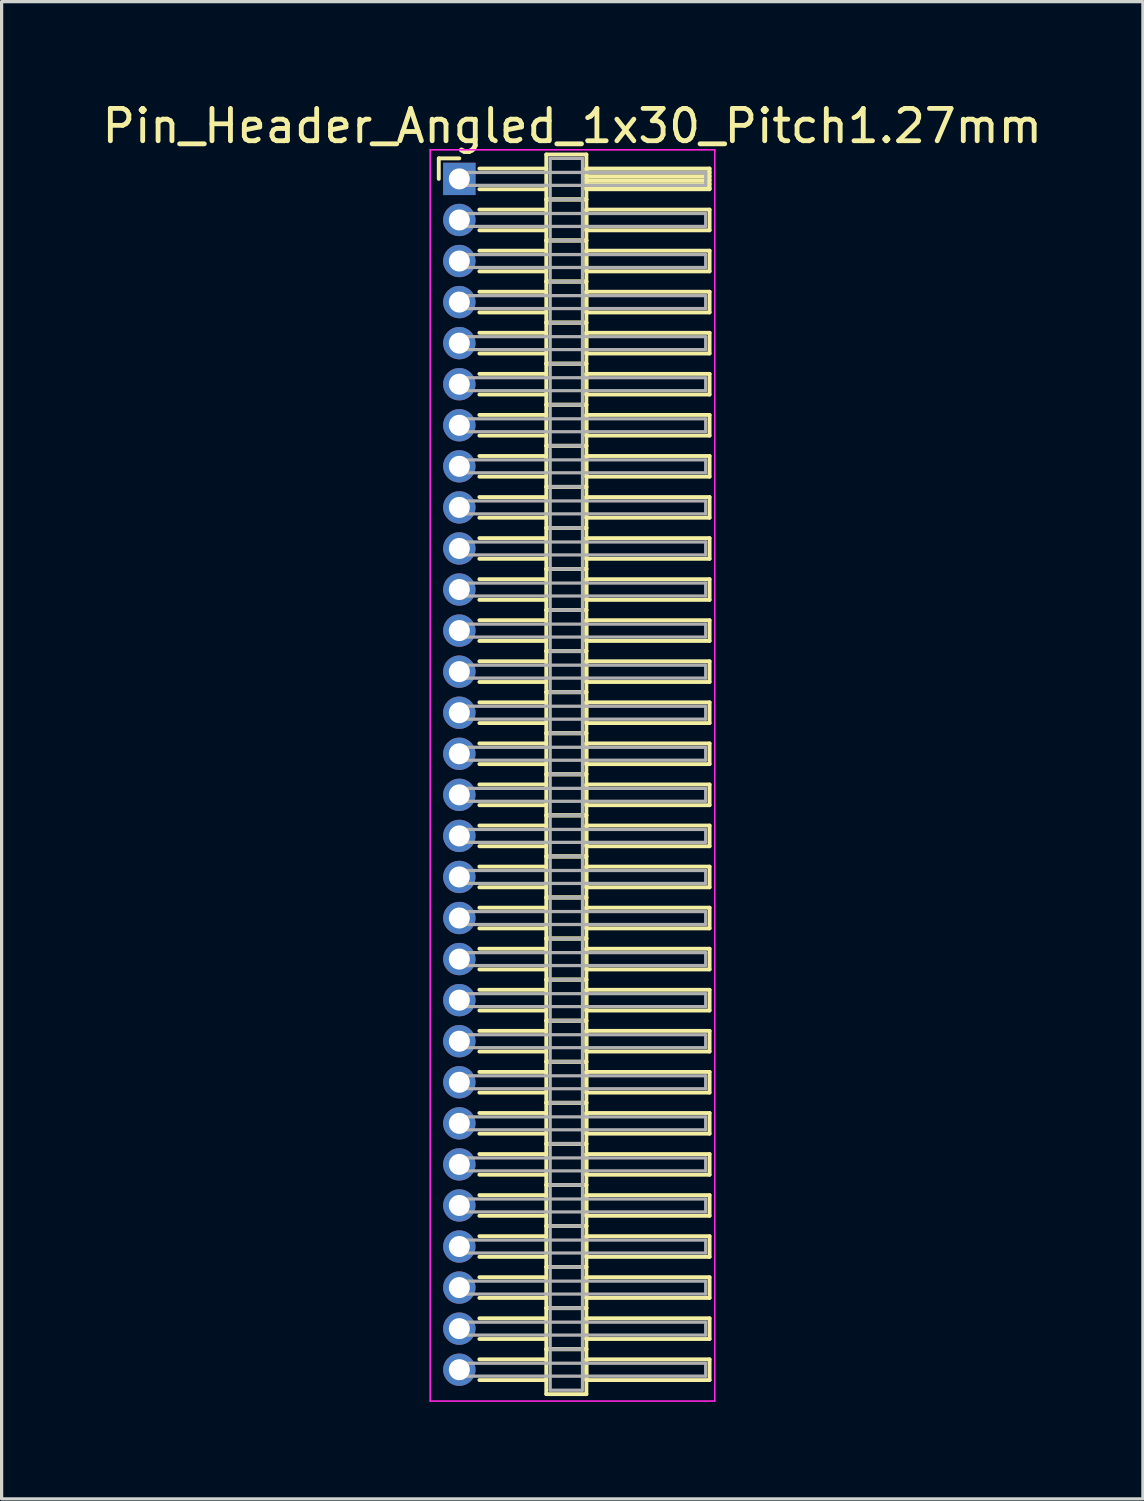
<source format=kicad_pcb>
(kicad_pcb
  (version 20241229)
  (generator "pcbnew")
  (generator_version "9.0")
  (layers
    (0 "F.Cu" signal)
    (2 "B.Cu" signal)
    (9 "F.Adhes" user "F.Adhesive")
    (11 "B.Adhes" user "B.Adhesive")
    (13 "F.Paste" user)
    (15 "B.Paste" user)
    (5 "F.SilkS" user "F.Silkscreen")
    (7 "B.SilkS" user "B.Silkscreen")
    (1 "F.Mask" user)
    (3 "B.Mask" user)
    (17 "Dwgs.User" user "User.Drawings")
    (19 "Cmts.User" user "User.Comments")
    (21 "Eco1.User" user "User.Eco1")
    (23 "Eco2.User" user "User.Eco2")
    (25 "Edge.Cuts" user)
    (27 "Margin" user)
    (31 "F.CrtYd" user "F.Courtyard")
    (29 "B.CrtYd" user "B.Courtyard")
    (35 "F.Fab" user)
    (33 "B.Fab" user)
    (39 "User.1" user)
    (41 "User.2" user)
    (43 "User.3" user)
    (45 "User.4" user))
  (footprint "Pin_Header_Angled_1x30_Pitch1.27mm"
    (layer "F.Cu")
    (at 11.156 2.483)
    (property "Reference" "Pin_Header_Angled_1x30_Pitch1.27mm" (at 3.493 -1.635 0) (layer "F.SilkS") (effects (font (size 1 1) (thickness 0.15))))
    (attr through_hole)
    (fp_line (start -0.635 -0.635) (end 0 -0.635) (stroke (width 0.12) (type solid)) (layer "F.SilkS"))
    (fp_line (start -0.635 0) (end -0.635 -0.635) (stroke (width 0.12) (type solid)) (layer "F.SilkS"))
    (fp_line (start 0.62 -0.32) (end 2.69 -0.32) (stroke (width 0.12) (type solid)) (layer "F.SilkS"))
    (fp_line (start 0.62 0.32) (end 2.69 0.32) (stroke (width 0.12) (type solid)) (layer "F.SilkS"))
    (fp_line (start 0.62 0.95) (end 2.69 0.95) (stroke (width 0.12) (type solid)) (layer "F.SilkS"))
    (fp_line (start 0.62 1.59) (end 2.69 1.59) (stroke (width 0.12) (type solid)) (layer "F.SilkS"))
    (fp_line (start 0.62 2.22) (end 2.69 2.22) (stroke (width 0.12) (type solid)) (layer "F.SilkS"))
    (fp_line (start 0.62 2.86) (end 2.69 2.86) (stroke (width 0.12) (type solid)) (layer "F.SilkS"))
    (fp_line (start 0.62 3.49) (end 2.69 3.49) (stroke (width 0.12) (type solid)) (layer "F.SilkS"))
    (fp_line (start 0.62 4.13) (end 2.69 4.13) (stroke (width 0.12) (type solid)) (layer "F.SilkS"))
    (fp_line (start 0.62 4.76) (end 2.69 4.76) (stroke (width 0.12) (type solid)) (layer "F.SilkS"))
    (fp_line (start 0.62 5.4) (end 2.69 5.4) (stroke (width 0.12) (type solid)) (layer "F.SilkS"))
    (fp_line (start 0.62 6.03) (end 2.69 6.03) (stroke (width 0.12) (type solid)) (layer "F.SilkS"))
    (fp_line (start 0.62 6.67) (end 2.69 6.67) (stroke (width 0.12) (type solid)) (layer "F.SilkS"))
    (fp_line (start 0.62 7.3) (end 2.69 7.3) (stroke (width 0.12) (type solid)) (layer "F.SilkS"))
    (fp_line (start 0.62 7.94) (end 2.69 7.94) (stroke (width 0.12) (type solid)) (layer "F.SilkS"))
    (fp_line (start 0.62 8.57) (end 2.69 8.57) (stroke (width 0.12) (type solid)) (layer "F.SilkS"))
    (fp_line (start 0.62 9.21) (end 2.69 9.21) (stroke (width 0.12) (type solid)) (layer "F.SilkS"))
    (fp_line (start 0.62 9.84) (end 2.69 9.84) (stroke (width 0.12) (type solid)) (layer "F.SilkS"))
    (fp_line (start 0.62 10.48) (end 2.69 10.48) (stroke (width 0.12) (type solid)) (layer "F.SilkS"))
    (fp_line (start 0.62 11.11) (end 2.69 11.11) (stroke (width 0.12) (type solid)) (layer "F.SilkS"))
    (fp_line (start 0.62 11.75) (end 2.69 11.75) (stroke (width 0.12) (type solid)) (layer "F.SilkS"))
    (fp_line (start 0.62 12.38) (end 2.69 12.38) (stroke (width 0.12) (type solid)) (layer "F.SilkS"))
    (fp_line (start 0.62 13.02) (end 2.69 13.02) (stroke (width 0.12) (type solid)) (layer "F.SilkS"))
    (fp_line (start 0.62 13.65) (end 2.69 13.65) (stroke (width 0.12) (type solid)) (layer "F.SilkS"))
    (fp_line (start 0.62 14.29) (end 2.69 14.29) (stroke (width 0.12) (type solid)) (layer "F.SilkS"))
    (fp_line (start 0.62 14.92) (end 2.69 14.92) (stroke (width 0.12) (type solid)) (layer "F.SilkS"))
    (fp_line (start 0.62 15.56) (end 2.69 15.56) (stroke (width 0.12) (type solid)) (layer "F.SilkS"))
    (fp_line (start 0.62 16.19) (end 2.69 16.19) (stroke (width 0.12) (type solid)) (layer "F.SilkS"))
    (fp_line (start 0.62 16.83) (end 2.69 16.83) (stroke (width 0.12) (type solid)) (layer "F.SilkS"))
    (fp_line (start 0.62 17.46) (end 2.69 17.46) (stroke (width 0.12) (type solid)) (layer "F.SilkS"))
    (fp_line (start 0.62 18.1) (end 2.69 18.1) (stroke (width 0.12) (type solid)) (layer "F.SilkS"))
    (fp_line (start 0.62 18.73) (end 2.69 18.73) (stroke (width 0.12) (type solid)) (layer "F.SilkS"))
    (fp_line (start 0.62 19.37) (end 2.69 19.37) (stroke (width 0.12) (type solid)) (layer "F.SilkS"))
    (fp_line (start 0.62 20) (end 2.69 20) (stroke (width 0.12) (type solid)) (layer "F.SilkS"))
    (fp_line (start 0.62 20.64) (end 2.69 20.64) (stroke (width 0.12) (type solid)) (layer "F.SilkS"))
    (fp_line (start 0.62 21.27) (end 2.69 21.27) (stroke (width 0.12) (type solid)) (layer "F.SilkS"))
    (fp_line (start 0.62 21.91) (end 2.69 21.91) (stroke (width 0.12) (type solid)) (layer "F.SilkS"))
    (fp_line (start 0.62 22.54) (end 2.69 22.54) (stroke (width 0.12) (type solid)) (layer "F.SilkS"))
    (fp_line (start 0.62 23.18) (end 2.69 23.18) (stroke (width 0.12) (type solid)) (layer "F.SilkS"))
    (fp_line (start 0.62 23.81) (end 2.69 23.81) (stroke (width 0.12) (type solid)) (layer "F.SilkS"))
    (fp_line (start 0.62 24.45) (end 2.69 24.45) (stroke (width 0.12) (type solid)) (layer "F.SilkS"))
    (fp_line (start 0.62 25.08) (end 2.69 25.08) (stroke (width 0.12) (type solid)) (layer "F.SilkS"))
    (fp_line (start 0.62 25.72) (end 2.69 25.72) (stroke (width 0.12) (type solid)) (layer "F.SilkS"))
    (fp_line (start 0.62 26.35) (end 2.69 26.35) (stroke (width 0.12) (type solid)) (layer "F.SilkS"))
    (fp_line (start 0.62 26.99) (end 2.69 26.99) (stroke (width 0.12) (type solid)) (layer "F.SilkS"))
    (fp_line (start 0.62 27.62) (end 2.69 27.62) (stroke (width 0.12) (type solid)) (layer "F.SilkS"))
    (fp_line (start 0.62 28.26) (end 2.69 28.26) (stroke (width 0.12) (type solid)) (layer "F.SilkS"))
    (fp_line (start 0.62 28.89) (end 2.69 28.89) (stroke (width 0.12) (type solid)) (layer "F.SilkS"))
    (fp_line (start 0.62 29.53) (end 2.69 29.53) (stroke (width 0.12) (type solid)) (layer "F.SilkS"))
    (fp_line (start 0.62 30.16) (end 2.69 30.16) (stroke (width 0.12) (type solid)) (layer "F.SilkS"))
    (fp_line (start 0.62 30.8) (end 2.69 30.8) (stroke (width 0.12) (type solid)) (layer "F.SilkS"))
    (fp_line (start 0.62 31.43) (end 2.69 31.43) (stroke (width 0.12) (type solid)) (layer "F.SilkS"))
    (fp_line (start 0.62 32.07) (end 2.69 32.07) (stroke (width 0.12) (type solid)) (layer "F.SilkS"))
    (fp_line (start 0.62 32.7) (end 2.69 32.7) (stroke (width 0.12) (type solid)) (layer "F.SilkS"))
    (fp_line (start 0.62 33.34) (end 2.69 33.34) (stroke (width 0.12) (type solid)) (layer "F.SilkS"))
    (fp_line (start 0.62 33.97) (end 2.69 33.97) (stroke (width 0.12) (type solid)) (layer "F.SilkS"))
    (fp_line (start 0.62 34.61) (end 2.69 34.61) (stroke (width 0.12) (type solid)) (layer "F.SilkS"))
    (fp_line (start 0.62 35.24) (end 2.69 35.24) (stroke (width 0.12) (type solid)) (layer "F.SilkS"))
    (fp_line (start 0.62 35.88) (end 2.69 35.88) (stroke (width 0.12) (type solid)) (layer "F.SilkS"))
    (fp_line (start 0.62 36.51) (end 2.69 36.51) (stroke (width 0.12) (type solid)) (layer "F.SilkS"))
    (fp_line (start 0.62 37.15) (end 2.69 37.15) (stroke (width 0.12) (type solid)) (layer "F.SilkS"))
    (fp_line (start 2.69 -0.755) (end 2.69 0.635) (stroke (width 0.12) (type solid)) (layer "F.SilkS"))
    (fp_line (start 2.69 0.635) (end 2.69 1.905) (stroke (width 0.12) (type solid)) (layer "F.SilkS"))
    (fp_line (start 2.69 0.635) (end 3.93 0.635) (stroke (width 0.12) (type solid)) (layer "F.SilkS"))
    (fp_line (start 2.69 1.905) (end 2.69 3.175) (stroke (width 0.12) (type solid)) (layer "F.SilkS"))
    (fp_line (start 2.69 1.905) (end 3.93 1.905) (stroke (width 0.12) (type solid)) (layer "F.SilkS"))
    (fp_line (start 2.69 3.175) (end 2.69 4.445) (stroke (width 0.12) (type solid)) (layer "F.SilkS"))
    (fp_line (start 2.69 3.175) (end 3.93 3.175) (stroke (width 0.12) (type solid)) (layer "F.SilkS"))
    (fp_line (start 2.69 4.445) (end 2.69 5.715) (stroke (width 0.12) (type solid)) (layer "F.SilkS"))
    (fp_line (start 2.69 4.445) (end 3.93 4.445) (stroke (width 0.12) (type solid)) (layer "F.SilkS"))
    (fp_line (start 2.69 5.715) (end 2.69 6.985) (stroke (width 0.12) (type solid)) (layer "F.SilkS"))
    (fp_line (start 2.69 5.715) (end 3.93 5.715) (stroke (width 0.12) (type solid)) (layer "F.SilkS"))
    (fp_line (start 2.69 6.985) (end 2.69 8.255) (stroke (width 0.12) (type solid)) (layer "F.SilkS"))
    (fp_line (start 2.69 6.985) (end 3.93 6.985) (stroke (width 0.12) (type solid)) (layer "F.SilkS"))
    (fp_line (start 2.69 8.255) (end 2.69 9.525) (stroke (width 0.12) (type solid)) (layer "F.SilkS"))
    (fp_line (start 2.69 8.255) (end 3.93 8.255) (stroke (width 0.12) (type solid)) (layer "F.SilkS"))
    (fp_line (start 2.69 9.525) (end 2.69 10.795) (stroke (width 0.12) (type solid)) (layer "F.SilkS"))
    (fp_line (start 2.69 9.525) (end 3.93 9.525) (stroke (width 0.12) (type solid)) (layer "F.SilkS"))
    (fp_line (start 2.69 10.795) (end 2.69 12.065) (stroke (width 0.12) (type solid)) (layer "F.SilkS"))
    (fp_line (start 2.69 10.795) (end 3.93 10.795) (stroke (width 0.12) (type solid)) (layer "F.SilkS"))
    (fp_line (start 2.69 12.065) (end 2.69 13.335) (stroke (width 0.12) (type solid)) (layer "F.SilkS"))
    (fp_line (start 2.69 12.065) (end 3.93 12.065) (stroke (width 0.12) (type solid)) (layer "F.SilkS"))
    (fp_line (start 2.69 13.335) (end 2.69 14.605) (stroke (width 0.12) (type solid)) (layer "F.SilkS"))
    (fp_line (start 2.69 13.335) (end 3.93 13.335) (stroke (width 0.12) (type solid)) (layer "F.SilkS"))
    (fp_line (start 2.69 14.605) (end 2.69 15.875) (stroke (width 0.12) (type solid)) (layer "F.SilkS"))
    (fp_line (start 2.69 14.605) (end 3.93 14.605) (stroke (width 0.12) (type solid)) (layer "F.SilkS"))
    (fp_line (start 2.69 15.875) (end 2.69 17.145) (stroke (width 0.12) (type solid)) (layer "F.SilkS"))
    (fp_line (start 2.69 15.875) (end 3.93 15.875) (stroke (width 0.12) (type solid)) (layer "F.SilkS"))
    (fp_line (start 2.69 17.145) (end 2.69 18.415) (stroke (width 0.12) (type solid)) (layer "F.SilkS"))
    (fp_line (start 2.69 17.145) (end 3.93 17.145) (stroke (width 0.12) (type solid)) (layer "F.SilkS"))
    (fp_line (start 2.69 18.415) (end 2.69 19.685) (stroke (width 0.12) (type solid)) (layer "F.SilkS"))
    (fp_line (start 2.69 18.415) (end 3.93 18.415) (stroke (width 0.12) (type solid)) (layer "F.SilkS"))
    (fp_line (start 2.69 19.685) (end 2.69 20.955) (stroke (width 0.12) (type solid)) (layer "F.SilkS"))
    (fp_line (start 2.69 19.685) (end 3.93 19.685) (stroke (width 0.12) (type solid)) (layer "F.SilkS"))
    (fp_line (start 2.69 20.955) (end 2.69 22.225) (stroke (width 0.12) (type solid)) (layer "F.SilkS"))
    (fp_line (start 2.69 20.955) (end 3.93 20.955) (stroke (width 0.12) (type solid)) (layer "F.SilkS"))
    (fp_line (start 2.69 22.225) (end 2.69 23.495) (stroke (width 0.12) (type solid)) (layer "F.SilkS"))
    (fp_line (start 2.69 22.225) (end 3.93 22.225) (stroke (width 0.12) (type solid)) (layer "F.SilkS"))
    (fp_line (start 2.69 23.495) (end 2.69 24.765) (stroke (width 0.12) (type solid)) (layer "F.SilkS"))
    (fp_line (start 2.69 23.495) (end 3.93 23.495) (stroke (width 0.12) (type solid)) (layer "F.SilkS"))
    (fp_line (start 2.69 24.765) (end 2.69 26.035) (stroke (width 0.12) (type solid)) (layer "F.SilkS"))
    (fp_line (start 2.69 24.765) (end 3.93 24.765) (stroke (width 0.12) (type solid)) (layer "F.SilkS"))
    (fp_line (start 2.69 26.035) (end 2.69 27.305) (stroke (width 0.12) (type solid)) (layer "F.SilkS"))
    (fp_line (start 2.69 26.035) (end 3.93 26.035) (stroke (width 0.12) (type solid)) (layer "F.SilkS"))
    (fp_line (start 2.69 27.305) (end 2.69 28.575) (stroke (width 0.12) (type solid)) (layer "F.SilkS"))
    (fp_line (start 2.69 27.305) (end 3.93 27.305) (stroke (width 0.12) (type solid)) (layer "F.SilkS"))
    (fp_line (start 2.69 28.575) (end 2.69 29.845) (stroke (width 0.12) (type solid)) (layer "F.SilkS"))
    (fp_line (start 2.69 28.575) (end 3.93 28.575) (stroke (width 0.12) (type solid)) (layer "F.SilkS"))
    (fp_line (start 2.69 29.845) (end 2.69 31.115) (stroke (width 0.12) (type solid)) (layer "F.SilkS"))
    (fp_line (start 2.69 29.845) (end 3.93 29.845) (stroke (width 0.12) (type solid)) (layer "F.SilkS"))
    (fp_line (start 2.69 31.115) (end 2.69 32.385) (stroke (width 0.12) (type solid)) (layer "F.SilkS"))
    (fp_line (start 2.69 31.115) (end 3.93 31.115) (stroke (width 0.12) (type solid)) (layer "F.SilkS"))
    (fp_line (start 2.69 32.385) (end 2.69 33.655) (stroke (width 0.12) (type solid)) (layer "F.SilkS"))
    (fp_line (start 2.69 32.385) (end 3.93 32.385) (stroke (width 0.12) (type solid)) (layer "F.SilkS"))
    (fp_line (start 2.69 33.655) (end 2.69 34.925) (stroke (width 0.12) (type solid)) (layer "F.SilkS"))
    (fp_line (start 2.69 33.655) (end 3.93 33.655) (stroke (width 0.12) (type solid)) (layer "F.SilkS"))
    (fp_line (start 2.69 34.925) (end 2.69 36.195) (stroke (width 0.12) (type solid)) (layer "F.SilkS"))
    (fp_line (start 2.69 34.925) (end 3.93 34.925) (stroke (width 0.12) (type solid)) (layer "F.SilkS"))
    (fp_line (start 2.69 36.195) (end 2.69 37.585) (stroke (width 0.12) (type solid)) (layer "F.SilkS"))
    (fp_line (start 2.69 36.195) (end 3.93 36.195) (stroke (width 0.12) (type solid)) (layer "F.SilkS"))
    (fp_line (start 2.69 37.585) (end 3.93 37.585) (stroke (width 0.12) (type solid)) (layer "F.SilkS"))
    (fp_line (start 3.93 -0.755) (end 2.69 -0.755) (stroke (width 0.12) (type solid)) (layer "F.SilkS"))
    (fp_line (start 3.93 -0.32) (end 3.93 0.32) (stroke (width 0.12) (type solid)) (layer "F.SilkS"))
    (fp_line (start 3.93 -0.2) (end 7.74 -0.2) (stroke (width 0.12) (type solid)) (layer "F.SilkS"))
    (fp_line (start 3.93 -0.08) (end 7.74 -0.08) (stroke (width 0.12) (type solid)) (layer "F.SilkS"))
    (fp_line (start 3.93 0.04) (end 7.74 0.04) (stroke (width 0.12) (type solid)) (layer "F.SilkS"))
    (fp_line (start 3.93 0.16) (end 7.74 0.16) (stroke (width 0.12) (type solid)) (layer "F.SilkS"))
    (fp_line (start 3.93 0.28) (end 7.74 0.28) (stroke (width 0.12) (type solid)) (layer "F.SilkS"))
    (fp_line (start 3.93 0.32) (end 7.74 0.32) (stroke (width 0.12) (type solid)) (layer "F.SilkS"))
    (fp_line (start 3.93 0.635) (end 2.69 0.635) (stroke (width 0.12) (type solid)) (layer "F.SilkS"))
    (fp_line (start 3.93 0.635) (end 3.93 -0.755) (stroke (width 0.12) (type solid)) (layer "F.SilkS"))
    (fp_line (start 3.93 0.95) (end 3.93 1.59) (stroke (width 0.12) (type solid)) (layer "F.SilkS"))
    (fp_line (start 3.93 1.59) (end 7.74 1.59) (stroke (width 0.12) (type solid)) (layer "F.SilkS"))
    (fp_line (start 3.93 1.905) (end 2.69 1.905) (stroke (width 0.12) (type solid)) (layer "F.SilkS"))
    (fp_line (start 3.93 1.905) (end 3.93 0.635) (stroke (width 0.12) (type solid)) (layer "F.SilkS"))
    (fp_line (start 3.93 2.22) (end 3.93 2.86) (stroke (width 0.12) (type solid)) (layer "F.SilkS"))
    (fp_line (start 3.93 2.86) (end 7.74 2.86) (stroke (width 0.12) (type solid)) (layer "F.SilkS"))
    (fp_line (start 3.93 3.175) (end 2.69 3.175) (stroke (width 0.12) (type solid)) (layer "F.SilkS"))
    (fp_line (start 3.93 3.175) (end 3.93 1.905) (stroke (width 0.12) (type solid)) (layer "F.SilkS"))
    (fp_line (start 3.93 3.49) (end 3.93 4.13) (stroke (width 0.12) (type solid)) (layer "F.SilkS"))
    (fp_line (start 3.93 4.13) (end 7.74 4.13) (stroke (width 0.12) (type solid)) (layer "F.SilkS"))
    (fp_line (start 3.93 4.445) (end 2.69 4.445) (stroke (width 0.12) (type solid)) (layer "F.SilkS"))
    (fp_line (start 3.93 4.445) (end 3.93 3.175) (stroke (width 0.12) (type solid)) (layer "F.SilkS"))
    (fp_line (start 3.93 4.76) (end 3.93 5.4) (stroke (width 0.12) (type solid)) (layer "F.SilkS"))
    (fp_line (start 3.93 5.4) (end 7.74 5.4) (stroke (width 0.12) (type solid)) (layer "F.SilkS"))
    (fp_line (start 3.93 5.715) (end 2.69 5.715) (stroke (width 0.12) (type solid)) (layer "F.SilkS"))
    (fp_line (start 3.93 5.715) (end 3.93 4.445) (stroke (width 0.12) (type solid)) (layer "F.SilkS"))
    (fp_line (start 3.93 6.03) (end 3.93 6.67) (stroke (width 0.12) (type solid)) (layer "F.SilkS"))
    (fp_line (start 3.93 6.67) (end 7.74 6.67) (stroke (width 0.12) (type solid)) (layer "F.SilkS"))
    (fp_line (start 3.93 6.985) (end 2.69 6.985) (stroke (width 0.12) (type solid)) (layer "F.SilkS"))
    (fp_line (start 3.93 6.985) (end 3.93 5.715) (stroke (width 0.12) (type solid)) (layer "F.SilkS"))
    (fp_line (start 3.93 7.3) (end 3.93 7.94) (stroke (width 0.12) (type solid)) (layer "F.SilkS"))
    (fp_line (start 3.93 7.94) (end 7.74 7.94) (stroke (width 0.12) (type solid)) (layer "F.SilkS"))
    (fp_line (start 3.93 8.255) (end 2.69 8.255) (stroke (width 0.12) (type solid)) (layer "F.SilkS"))
    (fp_line (start 3.93 8.255) (end 3.93 6.985) (stroke (width 0.12) (type solid)) (layer "F.SilkS"))
    (fp_line (start 3.93 8.57) (end 3.93 9.21) (stroke (width 0.12) (type solid)) (layer "F.SilkS"))
    (fp_line (start 3.93 9.21) (end 7.74 9.21) (stroke (width 0.12) (type solid)) (layer "F.SilkS"))
    (fp_line (start 3.93 9.525) (end 2.69 9.525) (stroke (width 0.12) (type solid)) (layer "F.SilkS"))
    (fp_line (start 3.93 9.525) (end 3.93 8.255) (stroke (width 0.12) (type solid)) (layer "F.SilkS"))
    (fp_line (start 3.93 9.84) (end 3.93 10.48) (stroke (width 0.12) (type solid)) (layer "F.SilkS"))
    (fp_line (start 3.93 10.48) (end 7.74 10.48) (stroke (width 0.12) (type solid)) (layer "F.SilkS"))
    (fp_line (start 3.93 10.795) (end 2.69 10.795) (stroke (width 0.12) (type solid)) (layer "F.SilkS"))
    (fp_line (start 3.93 10.795) (end 3.93 9.525) (stroke (width 0.12) (type solid)) (layer "F.SilkS"))
    (fp_line (start 3.93 11.11) (end 3.93 11.75) (stroke (width 0.12) (type solid)) (layer "F.SilkS"))
    (fp_line (start 3.93 11.75) (end 7.74 11.75) (stroke (width 0.12) (type solid)) (layer "F.SilkS"))
    (fp_line (start 3.93 12.065) (end 2.69 12.065) (stroke (width 0.12) (type solid)) (layer "F.SilkS"))
    (fp_line (start 3.93 12.065) (end 3.93 10.795) (stroke (width 0.12) (type solid)) (layer "F.SilkS"))
    (fp_line (start 3.93 12.38) (end 3.93 13.02) (stroke (width 0.12) (type solid)) (layer "F.SilkS"))
    (fp_line (start 3.93 13.02) (end 7.74 13.02) (stroke (width 0.12) (type solid)) (layer "F.SilkS"))
    (fp_line (start 3.93 13.335) (end 2.69 13.335) (stroke (width 0.12) (type solid)) (layer "F.SilkS"))
    (fp_line (start 3.93 13.335) (end 3.93 12.065) (stroke (width 0.12) (type solid)) (layer "F.SilkS"))
    (fp_line (start 3.93 13.65) (end 3.93 14.29) (stroke (width 0.12) (type solid)) (layer "F.SilkS"))
    (fp_line (start 3.93 14.29) (end 7.74 14.29) (stroke (width 0.12) (type solid)) (layer "F.SilkS"))
    (fp_line (start 3.93 14.605) (end 2.69 14.605) (stroke (width 0.12) (type solid)) (layer "F.SilkS"))
    (fp_line (start 3.93 14.605) (end 3.93 13.335) (stroke (width 0.12) (type solid)) (layer "F.SilkS"))
    (fp_line (start 3.93 14.92) (end 3.93 15.56) (stroke (width 0.12) (type solid)) (layer "F.SilkS"))
    (fp_line (start 3.93 15.56) (end 7.74 15.56) (stroke (width 0.12) (type solid)) (layer "F.SilkS"))
    (fp_line (start 3.93 15.875) (end 2.69 15.875) (stroke (width 0.12) (type solid)) (layer "F.SilkS"))
    (fp_line (start 3.93 15.875) (end 3.93 14.605) (stroke (width 0.12) (type solid)) (layer "F.SilkS"))
    (fp_line (start 3.93 16.19) (end 3.93 16.83) (stroke (width 0.12) (type solid)) (layer "F.SilkS"))
    (fp_line (start 3.93 16.83) (end 7.74 16.83) (stroke (width 0.12) (type solid)) (layer "F.SilkS"))
    (fp_line (start 3.93 17.145) (end 2.69 17.145) (stroke (width 0.12) (type solid)) (layer "F.SilkS"))
    (fp_line (start 3.93 17.145) (end 3.93 15.875) (stroke (width 0.12) (type solid)) (layer "F.SilkS"))
    (fp_line (start 3.93 17.46) (end 3.93 18.1) (stroke (width 0.12) (type solid)) (layer "F.SilkS"))
    (fp_line (start 3.93 18.1) (end 7.74 18.1) (stroke (width 0.12) (type solid)) (layer "F.SilkS"))
    (fp_line (start 3.93 18.415) (end 2.69 18.415) (stroke (width 0.12) (type solid)) (layer "F.SilkS"))
    (fp_line (start 3.93 18.415) (end 3.93 17.145) (stroke (width 0.12) (type solid)) (layer "F.SilkS"))
    (fp_line (start 3.93 18.73) (end 3.93 19.37) (stroke (width 0.12) (type solid)) (layer "F.SilkS"))
    (fp_line (start 3.93 19.37) (end 7.74 19.37) (stroke (width 0.12) (type solid)) (layer "F.SilkS"))
    (fp_line (start 3.93 19.685) (end 2.69 19.685) (stroke (width 0.12) (type solid)) (layer "F.SilkS"))
    (fp_line (start 3.93 19.685) (end 3.93 18.415) (stroke (width 0.12) (type solid)) (layer "F.SilkS"))
    (fp_line (start 3.93 20) (end 3.93 20.64) (stroke (width 0.12) (type solid)) (layer "F.SilkS"))
    (fp_line (start 3.93 20.64) (end 7.74 20.64) (stroke (width 0.12) (type solid)) (layer "F.SilkS"))
    (fp_line (start 3.93 20.955) (end 2.69 20.955) (stroke (width 0.12) (type solid)) (layer "F.SilkS"))
    (fp_line (start 3.93 20.955) (end 3.93 19.685) (stroke (width 0.12) (type solid)) (layer "F.SilkS"))
    (fp_line (start 3.93 21.27) (end 3.93 21.91) (stroke (width 0.12) (type solid)) (layer "F.SilkS"))
    (fp_line (start 3.93 21.91) (end 7.74 21.91) (stroke (width 0.12) (type solid)) (layer "F.SilkS"))
    (fp_line (start 3.93 22.225) (end 2.69 22.225) (stroke (width 0.12) (type solid)) (layer "F.SilkS"))
    (fp_line (start 3.93 22.225) (end 3.93 20.955) (stroke (width 0.12) (type solid)) (layer "F.SilkS"))
    (fp_line (start 3.93 22.54) (end 3.93 23.18) (stroke (width 0.12) (type solid)) (layer "F.SilkS"))
    (fp_line (start 3.93 23.18) (end 7.74 23.18) (stroke (width 0.12) (type solid)) (layer "F.SilkS"))
    (fp_line (start 3.93 23.495) (end 2.69 23.495) (stroke (width 0.12) (type solid)) (layer "F.SilkS"))
    (fp_line (start 3.93 23.495) (end 3.93 22.225) (stroke (width 0.12) (type solid)) (layer "F.SilkS"))
    (fp_line (start 3.93 23.81) (end 3.93 24.45) (stroke (width 0.12) (type solid)) (layer "F.SilkS"))
    (fp_line (start 3.93 24.45) (end 7.74 24.45) (stroke (width 0.12) (type solid)) (layer "F.SilkS"))
    (fp_line (start 3.93 24.765) (end 2.69 24.765) (stroke (width 0.12) (type solid)) (layer "F.SilkS"))
    (fp_line (start 3.93 24.765) (end 3.93 23.495) (stroke (width 0.12) (type solid)) (layer "F.SilkS"))
    (fp_line (start 3.93 25.08) (end 3.93 25.72) (stroke (width 0.12) (type solid)) (layer "F.SilkS"))
    (fp_line (start 3.93 25.72) (end 7.74 25.72) (stroke (width 0.12) (type solid)) (layer "F.SilkS"))
    (fp_line (start 3.93 26.035) (end 2.69 26.035) (stroke (width 0.12) (type solid)) (layer "F.SilkS"))
    (fp_line (start 3.93 26.035) (end 3.93 24.765) (stroke (width 0.12) (type solid)) (layer "F.SilkS"))
    (fp_line (start 3.93 26.35) (end 3.93 26.99) (stroke (width 0.12) (type solid)) (layer "F.SilkS"))
    (fp_line (start 3.93 26.99) (end 7.74 26.99) (stroke (width 0.12) (type solid)) (layer "F.SilkS"))
    (fp_line (start 3.93 27.305) (end 2.69 27.305) (stroke (width 0.12) (type solid)) (layer "F.SilkS"))
    (fp_line (start 3.93 27.305) (end 3.93 26.035) (stroke (width 0.12) (type solid)) (layer "F.SilkS"))
    (fp_line (start 3.93 27.62) (end 3.93 28.26) (stroke (width 0.12) (type solid)) (layer "F.SilkS"))
    (fp_line (start 3.93 28.26) (end 7.74 28.26) (stroke (width 0.12) (type solid)) (layer "F.SilkS"))
    (fp_line (start 3.93 28.575) (end 2.69 28.575) (stroke (width 0.12) (type solid)) (layer "F.SilkS"))
    (fp_line (start 3.93 28.575) (end 3.93 27.305) (stroke (width 0.12) (type solid)) (layer "F.SilkS"))
    (fp_line (start 3.93 28.89) (end 3.93 29.53) (stroke (width 0.12) (type solid)) (layer "F.SilkS"))
    (fp_line (start 3.93 29.53) (end 7.74 29.53) (stroke (width 0.12) (type solid)) (layer "F.SilkS"))
    (fp_line (start 3.93 29.845) (end 2.69 29.845) (stroke (width 0.12) (type solid)) (layer "F.SilkS"))
    (fp_line (start 3.93 29.845) (end 3.93 28.575) (stroke (width 0.12) (type solid)) (layer "F.SilkS"))
    (fp_line (start 3.93 30.16) (end 3.93 30.8) (stroke (width 0.12) (type solid)) (layer "F.SilkS"))
    (fp_line (start 3.93 30.8) (end 7.74 30.8) (stroke (width 0.12) (type solid)) (layer "F.SilkS"))
    (fp_line (start 3.93 31.115) (end 2.69 31.115) (stroke (width 0.12) (type solid)) (layer "F.SilkS"))
    (fp_line (start 3.93 31.115) (end 3.93 29.845) (stroke (width 0.12) (type solid)) (layer "F.SilkS"))
    (fp_line (start 3.93 31.43) (end 3.93 32.07) (stroke (width 0.12) (type solid)) (layer "F.SilkS"))
    (fp_line (start 3.93 32.07) (end 7.74 32.07) (stroke (width 0.12) (type solid)) (layer "F.SilkS"))
    (fp_line (start 3.93 32.385) (end 2.69 32.385) (stroke (width 0.12) (type solid)) (layer "F.SilkS"))
    (fp_line (start 3.93 32.385) (end 3.93 31.115) (stroke (width 0.12) (type solid)) (layer "F.SilkS"))
    (fp_line (start 3.93 32.7) (end 3.93 33.34) (stroke (width 0.12) (type solid)) (layer "F.SilkS"))
    (fp_line (start 3.93 33.34) (end 7.74 33.34) (stroke (width 0.12) (type solid)) (layer "F.SilkS"))
    (fp_line (start 3.93 33.655) (end 2.69 33.655) (stroke (width 0.12) (type solid)) (layer "F.SilkS"))
    (fp_line (start 3.93 33.655) (end 3.93 32.385) (stroke (width 0.12) (type solid)) (layer "F.SilkS"))
    (fp_line (start 3.93 33.97) (end 3.93 34.61) (stroke (width 0.12) (type solid)) (layer "F.SilkS"))
    (fp_line (start 3.93 34.61) (end 7.74 34.61) (stroke (width 0.12) (type solid)) (layer "F.SilkS"))
    (fp_line (start 3.93 34.925) (end 2.69 34.925) (stroke (width 0.12) (type solid)) (layer "F.SilkS"))
    (fp_line (start 3.93 34.925) (end 3.93 33.655) (stroke (width 0.12) (type solid)) (layer "F.SilkS"))
    (fp_line (start 3.93 35.24) (end 3.93 35.88) (stroke (width 0.12) (type solid)) (layer "F.SilkS"))
    (fp_line (start 3.93 35.88) (end 7.74 35.88) (stroke (width 0.12) (type solid)) (layer "F.SilkS"))
    (fp_line (start 3.93 36.195) (end 2.69 36.195) (stroke (width 0.12) (type solid)) (layer "F.SilkS"))
    (fp_line (start 3.93 36.195) (end 3.93 34.925) (stroke (width 0.12) (type solid)) (layer "F.SilkS"))
    (fp_line (start 3.93 36.51) (end 3.93 37.15) (stroke (width 0.12) (type solid)) (layer "F.SilkS"))
    (fp_line (start 3.93 37.15) (end 7.74 37.15) (stroke (width 0.12) (type solid)) (layer "F.SilkS"))
    (fp_line (start 3.93 37.585) (end 3.93 36.195) (stroke (width 0.12) (type solid)) (layer "F.SilkS"))
    (fp_line (start 7.74 -0.32) (end 3.93 -0.32) (stroke (width 0.12) (type solid)) (layer "F.SilkS"))
    (fp_line (start 7.74 0.32) (end 7.74 -0.32) (stroke (width 0.12) (type solid)) (layer "F.SilkS"))
    (fp_line (start 7.74 0.95) (end 3.93 0.95) (stroke (width 0.12) (type solid)) (layer "F.SilkS"))
    (fp_line (start 7.74 1.59) (end 7.74 0.95) (stroke (width 0.12) (type solid)) (layer "F.SilkS"))
    (fp_line (start 7.74 2.22) (end 3.93 2.22) (stroke (width 0.12) (type solid)) (layer "F.SilkS"))
    (fp_line (start 7.74 2.86) (end 7.74 2.22) (stroke (width 0.12) (type solid)) (layer "F.SilkS"))
    (fp_line (start 7.74 3.49) (end 3.93 3.49) (stroke (width 0.12) (type solid)) (layer "F.SilkS"))
    (fp_line (start 7.74 4.13) (end 7.74 3.49) (stroke (width 0.12) (type solid)) (layer "F.SilkS"))
    (fp_line (start 7.74 4.76) (end 3.93 4.76) (stroke (width 0.12) (type solid)) (layer "F.SilkS"))
    (fp_line (start 7.74 5.4) (end 7.74 4.76) (stroke (width 0.12) (type solid)) (layer "F.SilkS"))
    (fp_line (start 7.74 6.03) (end 3.93 6.03) (stroke (width 0.12) (type solid)) (layer "F.SilkS"))
    (fp_line (start 7.74 6.67) (end 7.74 6.03) (stroke (width 0.12) (type solid)) (layer "F.SilkS"))
    (fp_line (start 7.74 7.3) (end 3.93 7.3) (stroke (width 0.12) (type solid)) (layer "F.SilkS"))
    (fp_line (start 7.74 7.94) (end 7.74 7.3) (stroke (width 0.12) (type solid)) (layer "F.SilkS"))
    (fp_line (start 7.74 8.57) (end 3.93 8.57) (stroke (width 0.12) (type solid)) (layer "F.SilkS"))
    (fp_line (start 7.74 9.21) (end 7.74 8.57) (stroke (width 0.12) (type solid)) (layer "F.SilkS"))
    (fp_line (start 7.74 9.84) (end 3.93 9.84) (stroke (width 0.12) (type solid)) (layer "F.SilkS"))
    (fp_line (start 7.74 10.48) (end 7.74 9.84) (stroke (width 0.12) (type solid)) (layer "F.SilkS"))
    (fp_line (start 7.74 11.11) (end 3.93 11.11) (stroke (width 0.12) (type solid)) (layer "F.SilkS"))
    (fp_line (start 7.74 11.75) (end 7.74 11.11) (stroke (width 0.12) (type solid)) (layer "F.SilkS"))
    (fp_line (start 7.74 12.38) (end 3.93 12.38) (stroke (width 0.12) (type solid)) (layer "F.SilkS"))
    (fp_line (start 7.74 13.02) (end 7.74 12.38) (stroke (width 0.12) (type solid)) (layer "F.SilkS"))
    (fp_line (start 7.74 13.65) (end 3.93 13.65) (stroke (width 0.12) (type solid)) (layer "F.SilkS"))
    (fp_line (start 7.74 14.29) (end 7.74 13.65) (stroke (width 0.12) (type solid)) (layer "F.SilkS"))
    (fp_line (start 7.74 14.92) (end 3.93 14.92) (stroke (width 0.12) (type solid)) (layer "F.SilkS"))
    (fp_line (start 7.74 15.56) (end 7.74 14.92) (stroke (width 0.12) (type solid)) (layer "F.SilkS"))
    (fp_line (start 7.74 16.19) (end 3.93 16.19) (stroke (width 0.12) (type solid)) (layer "F.SilkS"))
    (fp_line (start 7.74 16.83) (end 7.74 16.19) (stroke (width 0.12) (type solid)) (layer "F.SilkS"))
    (fp_line (start 7.74 17.46) (end 3.93 17.46) (stroke (width 0.12) (type solid)) (layer "F.SilkS"))
    (fp_line (start 7.74 18.1) (end 7.74 17.46) (stroke (width 0.12) (type solid)) (layer "F.SilkS"))
    (fp_line (start 7.74 18.73) (end 3.93 18.73) (stroke (width 0.12) (type solid)) (layer "F.SilkS"))
    (fp_line (start 7.74 19.37) (end 7.74 18.73) (stroke (width 0.12) (type solid)) (layer "F.SilkS"))
    (fp_line (start 7.74 20) (end 3.93 20) (stroke (width 0.12) (type solid)) (layer "F.SilkS"))
    (fp_line (start 7.74 20.64) (end 7.74 20) (stroke (width 0.12) (type solid)) (layer "F.SilkS"))
    (fp_line (start 7.74 21.27) (end 3.93 21.27) (stroke (width 0.12) (type solid)) (layer "F.SilkS"))
    (fp_line (start 7.74 21.91) (end 7.74 21.27) (stroke (width 0.12) (type solid)) (layer "F.SilkS"))
    (fp_line (start 7.74 22.54) (end 3.93 22.54) (stroke (width 0.12) (type solid)) (layer "F.SilkS"))
    (fp_line (start 7.74 23.18) (end 7.74 22.54) (stroke (width 0.12) (type solid)) (layer "F.SilkS"))
    (fp_line (start 7.74 23.81) (end 3.93 23.81) (stroke (width 0.12) (type solid)) (layer "F.SilkS"))
    (fp_line (start 7.74 24.45) (end 7.74 23.81) (stroke (width 0.12) (type solid)) (layer "F.SilkS"))
    (fp_line (start 7.74 25.08) (end 3.93 25.08) (stroke (width 0.12) (type solid)) (layer "F.SilkS"))
    (fp_line (start 7.74 25.72) (end 7.74 25.08) (stroke (width 0.12) (type solid)) (layer "F.SilkS"))
    (fp_line (start 7.74 26.35) (end 3.93 26.35) (stroke (width 0.12) (type solid)) (layer "F.SilkS"))
    (fp_line (start 7.74 26.99) (end 7.74 26.35) (stroke (width 0.12) (type solid)) (layer "F.SilkS"))
    (fp_line (start 7.74 27.62) (end 3.93 27.62) (stroke (width 0.12) (type solid)) (layer "F.SilkS"))
    (fp_line (start 7.74 28.26) (end 7.74 27.62) (stroke (width 0.12) (type solid)) (layer "F.SilkS"))
    (fp_line (start 7.74 28.89) (end 3.93 28.89) (stroke (width 0.12) (type solid)) (layer "F.SilkS"))
    (fp_line (start 7.74 29.53) (end 7.74 28.89) (stroke (width 0.12) (type solid)) (layer "F.SilkS"))
    (fp_line (start 7.74 30.16) (end 3.93 30.16) (stroke (width 0.12) (type solid)) (layer "F.SilkS"))
    (fp_line (start 7.74 30.8) (end 7.74 30.16) (stroke (width 0.12) (type solid)) (layer "F.SilkS"))
    (fp_line (start 7.74 31.43) (end 3.93 31.43) (stroke (width 0.12) (type solid)) (layer "F.SilkS"))
    (fp_line (start 7.74 32.07) (end 7.74 31.43) (stroke (width 0.12) (type solid)) (layer "F.SilkS"))
    (fp_line (start 7.74 32.7) (end 3.93 32.7) (stroke (width 0.12) (type solid)) (layer "F.SilkS"))
    (fp_line (start 7.74 33.34) (end 7.74 32.7) (stroke (width 0.12) (type solid)) (layer "F.SilkS"))
    (fp_line (start 7.74 33.97) (end 3.93 33.97) (stroke (width 0.12) (type solid)) (layer "F.SilkS"))
    (fp_line (start 7.74 34.61) (end 7.74 33.97) (stroke (width 0.12) (type solid)) (layer "F.SilkS"))
    (fp_line (start 7.74 35.24) (end 3.93 35.24) (stroke (width 0.12) (type solid)) (layer "F.SilkS"))
    (fp_line (start 7.74 35.88) (end 7.74 35.24) (stroke (width 0.12) (type solid)) (layer "F.SilkS"))
    (fp_line (start 7.74 36.51) (end 3.93 36.51) (stroke (width 0.12) (type solid)) (layer "F.SilkS"))
    (fp_line (start 7.74 37.15) (end 7.74 36.51) (stroke (width 0.12) (type solid)) (layer "F.SilkS"))
    (fp_line (start -0.9 -0.9) (end -0.9 37.8) (stroke (width 0.05) (type solid)) (layer "F.CrtYd"))
    (fp_line (start -0.9 37.8) (end 7.9 37.8) (stroke (width 0.05) (type solid)) (layer "F.CrtYd"))
    (fp_line (start 7.9 -0.9) (end -0.9 -0.9) (stroke (width 0.05) (type solid)) (layer "F.CrtYd"))
    (fp_line (start 7.9 37.8) (end 7.9 -0.9) (stroke (width 0.05) (type solid)) (layer "F.CrtYd"))
    (fp_line (start 0 -0.2) (end 0 0.2) (stroke (width 0.1) (type solid)) (layer "F.Fab"))
    (fp_line (start 0 0.2) (end 7.62 0.2) (stroke (width 0.1) (type solid)) (layer "F.Fab"))
    (fp_line (start 0 1.07) (end 0 1.47) (stroke (width 0.1) (type solid)) (layer "F.Fab"))
    (fp_line (start 0 1.47) (end 7.62 1.47) (stroke (width 0.1) (type solid)) (layer "F.Fab"))
    (fp_line (start 0 2.34) (end 0 2.74) (stroke (width 0.1) (type solid)) (layer "F.Fab"))
    (fp_line (start 0 2.74) (end 7.62 2.74) (stroke (width 0.1) (type solid)) (layer "F.Fab"))
    (fp_line (start 0 3.61) (end 0 4.01) (stroke (width 0.1) (type solid)) (layer "F.Fab"))
    (fp_line (start 0 4.01) (end 7.62 4.01) (stroke (width 0.1) (type solid)) (layer "F.Fab"))
    (fp_line (start 0 4.88) (end 0 5.28) (stroke (width 0.1) (type solid)) (layer "F.Fab"))
    (fp_line (start 0 5.28) (end 7.62 5.28) (stroke (width 0.1) (type solid)) (layer "F.Fab"))
    (fp_line (start 0 6.15) (end 0 6.55) (stroke (width 0.1) (type solid)) (layer "F.Fab"))
    (fp_line (start 0 6.55) (end 7.62 6.55) (stroke (width 0.1) (type solid)) (layer "F.Fab"))
    (fp_line (start 0 7.42) (end 0 7.82) (stroke (width 0.1) (type solid)) (layer "F.Fab"))
    (fp_line (start 0 7.82) (end 7.62 7.82) (stroke (width 0.1) (type solid)) (layer "F.Fab"))
    (fp_line (start 0 8.69) (end 0 9.09) (stroke (width 0.1) (type solid)) (layer "F.Fab"))
    (fp_line (start 0 9.09) (end 7.62 9.09) (stroke (width 0.1) (type solid)) (layer "F.Fab"))
    (fp_line (start 0 9.96) (end 0 10.36) (stroke (width 0.1) (type solid)) (layer "F.Fab"))
    (fp_line (start 0 10.36) (end 7.62 10.36) (stroke (width 0.1) (type solid)) (layer "F.Fab"))
    (fp_line (start 0 11.23) (end 0 11.63) (stroke (width 0.1) (type solid)) (layer "F.Fab"))
    (fp_line (start 0 11.63) (end 7.62 11.63) (stroke (width 0.1) (type solid)) (layer "F.Fab"))
    (fp_line (start 0 12.5) (end 0 12.9) (stroke (width 0.1) (type solid)) (layer "F.Fab"))
    (fp_line (start 0 12.9) (end 7.62 12.9) (stroke (width 0.1) (type solid)) (layer "F.Fab"))
    (fp_line (start 0 13.77) (end 0 14.17) (stroke (width 0.1) (type solid)) (layer "F.Fab"))
    (fp_line (start 0 14.17) (end 7.62 14.17) (stroke (width 0.1) (type solid)) (layer "F.Fab"))
    (fp_line (start 0 15.04) (end 0 15.44) (stroke (width 0.1) (type solid)) (layer "F.Fab"))
    (fp_line (start 0 15.44) (end 7.62 15.44) (stroke (width 0.1) (type solid)) (layer "F.Fab"))
    (fp_line (start 0 16.31) (end 0 16.71) (stroke (width 0.1) (type solid)) (layer "F.Fab"))
    (fp_line (start 0 16.71) (end 7.62 16.71) (stroke (width 0.1) (type solid)) (layer "F.Fab"))
    (fp_line (start 0 17.58) (end 0 17.98) (stroke (width 0.1) (type solid)) (layer "F.Fab"))
    (fp_line (start 0 17.98) (end 7.62 17.98) (stroke (width 0.1) (type solid)) (layer "F.Fab"))
    (fp_line (start 0 18.85) (end 0 19.25) (stroke (width 0.1) (type solid)) (layer "F.Fab"))
    (fp_line (start 0 19.25) (end 7.62 19.25) (stroke (width 0.1) (type solid)) (layer "F.Fab"))
    (fp_line (start 0 20.12) (end 0 20.52) (stroke (width 0.1) (type solid)) (layer "F.Fab"))
    (fp_line (start 0 20.52) (end 7.62 20.52) (stroke (width 0.1) (type solid)) (layer "F.Fab"))
    (fp_line (start 0 21.39) (end 0 21.79) (stroke (width 0.1) (type solid)) (layer "F.Fab"))
    (fp_line (start 0 21.79) (end 7.62 21.79) (stroke (width 0.1) (type solid)) (layer "F.Fab"))
    (fp_line (start 0 22.66) (end 0 23.06) (stroke (width 0.1) (type solid)) (layer "F.Fab"))
    (fp_line (start 0 23.06) (end 7.62 23.06) (stroke (width 0.1) (type solid)) (layer "F.Fab"))
    (fp_line (start 0 23.93) (end 0 24.33) (stroke (width 0.1) (type solid)) (layer "F.Fab"))
    (fp_line (start 0 24.33) (end 7.62 24.33) (stroke (width 0.1) (type solid)) (layer "F.Fab"))
    (fp_line (start 0 25.2) (end 0 25.6) (stroke (width 0.1) (type solid)) (layer "F.Fab"))
    (fp_line (start 0 25.6) (end 7.62 25.6) (stroke (width 0.1) (type solid)) (layer "F.Fab"))
    (fp_line (start 0 26.47) (end 0 26.87) (stroke (width 0.1) (type solid)) (layer "F.Fab"))
    (fp_line (start 0 26.87) (end 7.62 26.87) (stroke (width 0.1) (type solid)) (layer "F.Fab"))
    (fp_line (start 0 27.74) (end 0 28.14) (stroke (width 0.1) (type solid)) (layer "F.Fab"))
    (fp_line (start 0 28.14) (end 7.62 28.14) (stroke (width 0.1) (type solid)) (layer "F.Fab"))
    (fp_line (start 0 29.01) (end 0 29.41) (stroke (width 0.1) (type solid)) (layer "F.Fab"))
    (fp_line (start 0 29.41) (end 7.62 29.41) (stroke (width 0.1) (type solid)) (layer "F.Fab"))
    (fp_line (start 0 30.28) (end 0 30.68) (stroke (width 0.1) (type solid)) (layer "F.Fab"))
    (fp_line (start 0 30.68) (end 7.62 30.68) (stroke (width 0.1) (type solid)) (layer "F.Fab"))
    (fp_line (start 0 31.55) (end 0 31.95) (stroke (width 0.1) (type solid)) (layer "F.Fab"))
    (fp_line (start 0 31.95) (end 7.62 31.95) (stroke (width 0.1) (type solid)) (layer "F.Fab"))
    (fp_line (start 0 32.82) (end 0 33.22) (stroke (width 0.1) (type solid)) (layer "F.Fab"))
    (fp_line (start 0 33.22) (end 7.62 33.22) (stroke (width 0.1) (type solid)) (layer "F.Fab"))
    (fp_line (start 0 34.09) (end 0 34.49) (stroke (width 0.1) (type solid)) (layer "F.Fab"))
    (fp_line (start 0 34.49) (end 7.62 34.49) (stroke (width 0.1) (type solid)) (layer "F.Fab"))
    (fp_line (start 0 35.36) (end 0 35.76) (stroke (width 0.1) (type solid)) (layer "F.Fab"))
    (fp_line (start 0 35.76) (end 7.62 35.76) (stroke (width 0.1) (type solid)) (layer "F.Fab"))
    (fp_line (start 0 36.63) (end 0 37.03) (stroke (width 0.1) (type solid)) (layer "F.Fab"))
    (fp_line (start 0 37.03) (end 7.62 37.03) (stroke (width 0.1) (type solid)) (layer "F.Fab"))
    (fp_line (start 2.81 -0.635) (end 2.81 0.635) (stroke (width 0.1) (type solid)) (layer "F.Fab"))
    (fp_line (start 2.81 0.635) (end 2.81 1.905) (stroke (width 0.1) (type solid)) (layer "F.Fab"))
    (fp_line (start 2.81 0.635) (end 3.81 0.635) (stroke (width 0.1) (type solid)) (layer "F.Fab"))
    (fp_line (start 2.81 1.905) (end 2.81 3.175) (stroke (width 0.1) (type solid)) (layer "F.Fab"))
    (fp_line (start 2.81 1.905) (end 3.81 1.905) (stroke (width 0.1) (type solid)) (layer "F.Fab"))
    (fp_line (start 2.81 3.175) (end 2.81 4.445) (stroke (width 0.1) (type solid)) (layer "F.Fab"))
    (fp_line (start 2.81 3.175) (end 3.81 3.175) (stroke (width 0.1) (type solid)) (layer "F.Fab"))
    (fp_line (start 2.81 4.445) (end 2.81 5.715) (stroke (width 0.1) (type solid)) (layer "F.Fab"))
    (fp_line (start 2.81 4.445) (end 3.81 4.445) (stroke (width 0.1) (type solid)) (layer "F.Fab"))
    (fp_line (start 2.81 5.715) (end 2.81 6.985) (stroke (width 0.1) (type solid)) (layer "F.Fab"))
    (fp_line (start 2.81 5.715) (end 3.81 5.715) (stroke (width 0.1) (type solid)) (layer "F.Fab"))
    (fp_line (start 2.81 6.985) (end 2.81 8.255) (stroke (width 0.1) (type solid)) (layer "F.Fab"))
    (fp_line (start 2.81 6.985) (end 3.81 6.985) (stroke (width 0.1) (type solid)) (layer "F.Fab"))
    (fp_line (start 2.81 8.255) (end 2.81 9.525) (stroke (width 0.1) (type solid)) (layer "F.Fab"))
    (fp_line (start 2.81 8.255) (end 3.81 8.255) (stroke (width 0.1) (type solid)) (layer "F.Fab"))
    (fp_line (start 2.81 9.525) (end 2.81 10.795) (stroke (width 0.1) (type solid)) (layer "F.Fab"))
    (fp_line (start 2.81 9.525) (end 3.81 9.525) (stroke (width 0.1) (type solid)) (layer "F.Fab"))
    (fp_line (start 2.81 10.795) (end 2.81 12.065) (stroke (width 0.1) (type solid)) (layer "F.Fab"))
    (fp_line (start 2.81 10.795) (end 3.81 10.795) (stroke (width 0.1) (type solid)) (layer "F.Fab"))
    (fp_line (start 2.81 12.065) (end 2.81 13.335) (stroke (width 0.1) (type solid)) (layer "F.Fab"))
    (fp_line (start 2.81 12.065) (end 3.81 12.065) (stroke (width 0.1) (type solid)) (layer "F.Fab"))
    (fp_line (start 2.81 13.335) (end 2.81 14.605) (stroke (width 0.1) (type solid)) (layer "F.Fab"))
    (fp_line (start 2.81 13.335) (end 3.81 13.335) (stroke (width 0.1) (type solid)) (layer "F.Fab"))
    (fp_line (start 2.81 14.605) (end 2.81 15.875) (stroke (width 0.1) (type solid)) (layer "F.Fab"))
    (fp_line (start 2.81 14.605) (end 3.81 14.605) (stroke (width 0.1) (type solid)) (layer "F.Fab"))
    (fp_line (start 2.81 15.875) (end 2.81 17.145) (stroke (width 0.1) (type solid)) (layer "F.Fab"))
    (fp_line (start 2.81 15.875) (end 3.81 15.875) (stroke (width 0.1) (type solid)) (layer "F.Fab"))
    (fp_line (start 2.81 17.145) (end 2.81 18.415) (stroke (width 0.1) (type solid)) (layer "F.Fab"))
    (fp_line (start 2.81 17.145) (end 3.81 17.145) (stroke (width 0.1) (type solid)) (layer "F.Fab"))
    (fp_line (start 2.81 18.415) (end 2.81 19.685) (stroke (width 0.1) (type solid)) (layer "F.Fab"))
    (fp_line (start 2.81 18.415) (end 3.81 18.415) (stroke (width 0.1) (type solid)) (layer "F.Fab"))
    (fp_line (start 2.81 19.685) (end 2.81 20.955) (stroke (width 0.1) (type solid)) (layer "F.Fab"))
    (fp_line (start 2.81 19.685) (end 3.81 19.685) (stroke (width 0.1) (type solid)) (layer "F.Fab"))
    (fp_line (start 2.81 20.955) (end 2.81 22.225) (stroke (width 0.1) (type solid)) (layer "F.Fab"))
    (fp_line (start 2.81 20.955) (end 3.81 20.955) (stroke (width 0.1) (type solid)) (layer "F.Fab"))
    (fp_line (start 2.81 22.225) (end 2.81 23.495) (stroke (width 0.1) (type solid)) (layer "F.Fab"))
    (fp_line (start 2.81 22.225) (end 3.81 22.225) (stroke (width 0.1) (type solid)) (layer "F.Fab"))
    (fp_line (start 2.81 23.495) (end 2.81 24.765) (stroke (width 0.1) (type solid)) (layer "F.Fab"))
    (fp_line (start 2.81 23.495) (end 3.81 23.495) (stroke (width 0.1) (type solid)) (layer "F.Fab"))
    (fp_line (start 2.81 24.765) (end 2.81 26.035) (stroke (width 0.1) (type solid)) (layer "F.Fab"))
    (fp_line (start 2.81 24.765) (end 3.81 24.765) (stroke (width 0.1) (type solid)) (layer "F.Fab"))
    (fp_line (start 2.81 26.035) (end 2.81 27.305) (stroke (width 0.1) (type solid)) (layer "F.Fab"))
    (fp_line (start 2.81 26.035) (end 3.81 26.035) (stroke (width 0.1) (type solid)) (layer "F.Fab"))
    (fp_line (start 2.81 27.305) (end 2.81 28.575) (stroke (width 0.1) (type solid)) (layer "F.Fab"))
    (fp_line (start 2.81 27.305) (end 3.81 27.305) (stroke (width 0.1) (type solid)) (layer "F.Fab"))
    (fp_line (start 2.81 28.575) (end 2.81 29.845) (stroke (width 0.1) (type solid)) (layer "F.Fab"))
    (fp_line (start 2.81 28.575) (end 3.81 28.575) (stroke (width 0.1) (type solid)) (layer "F.Fab"))
    (fp_line (start 2.81 29.845) (end 2.81 31.115) (stroke (width 0.1) (type solid)) (layer "F.Fab"))
    (fp_line (start 2.81 29.845) (end 3.81 29.845) (stroke (width 0.1) (type solid)) (layer "F.Fab"))
    (fp_line (start 2.81 31.115) (end 2.81 32.385) (stroke (width 0.1) (type solid)) (layer "F.Fab"))
    (fp_line (start 2.81 31.115) (end 3.81 31.115) (stroke (width 0.1) (type solid)) (layer "F.Fab"))
    (fp_line (start 2.81 32.385) (end 2.81 33.655) (stroke (width 0.1) (type solid)) (layer "F.Fab"))
    (fp_line (start 2.81 32.385) (end 3.81 32.385) (stroke (width 0.1) (type solid)) (layer "F.Fab"))
    (fp_line (start 2.81 33.655) (end 2.81 34.925) (stroke (width 0.1) (type solid)) (layer "F.Fab"))
    (fp_line (start 2.81 33.655) (end 3.81 33.655) (stroke (width 0.1) (type solid)) (layer "F.Fab"))
    (fp_line (start 2.81 34.925) (end 2.81 36.195) (stroke (width 0.1) (type solid)) (layer "F.Fab"))
    (fp_line (start 2.81 34.925) (end 3.81 34.925) (stroke (width 0.1) (type solid)) (layer "F.Fab"))
    (fp_line (start 2.81 36.195) (end 2.81 37.465) (stroke (width 0.1) (type solid)) (layer "F.Fab"))
    (fp_line (start 2.81 36.195) (end 3.81 36.195) (stroke (width 0.1) (type solid)) (layer "F.Fab"))
    (fp_line (start 2.81 37.465) (end 3.81 37.465) (stroke (width 0.1) (type solid)) (layer "F.Fab"))
    (fp_line (start 3.81 -0.635) (end 2.81 -0.635) (stroke (width 0.1) (type solid)) (layer "F.Fab"))
    (fp_line (start 3.81 0.635) (end 2.81 0.635) (stroke (width 0.1) (type solid)) (layer "F.Fab"))
    (fp_line (start 3.81 0.635) (end 3.81 -0.635) (stroke (width 0.1) (type solid)) (layer "F.Fab"))
    (fp_line (start 3.81 1.905) (end 2.81 1.905) (stroke (width 0.1) (type solid)) (layer "F.Fab"))
    (fp_line (start 3.81 1.905) (end 3.81 0.635) (stroke (width 0.1) (type solid)) (layer "F.Fab"))
    (fp_line (start 3.81 3.175) (end 2.81 3.175) (stroke (width 0.1) (type solid)) (layer "F.Fab"))
    (fp_line (start 3.81 3.175) (end 3.81 1.905) (stroke (width 0.1) (type solid)) (layer "F.Fab"))
    (fp_line (start 3.81 4.445) (end 2.81 4.445) (stroke (width 0.1) (type solid)) (layer "F.Fab"))
    (fp_line (start 3.81 4.445) (end 3.81 3.175) (stroke (width 0.1) (type solid)) (layer "F.Fab"))
    (fp_line (start 3.81 5.715) (end 2.81 5.715) (stroke (width 0.1) (type solid)) (layer "F.Fab"))
    (fp_line (start 3.81 5.715) (end 3.81 4.445) (stroke (width 0.1) (type solid)) (layer "F.Fab"))
    (fp_line (start 3.81 6.985) (end 2.81 6.985) (stroke (width 0.1) (type solid)) (layer "F.Fab"))
    (fp_line (start 3.81 6.985) (end 3.81 5.715) (stroke (width 0.1) (type solid)) (layer "F.Fab"))
    (fp_line (start 3.81 8.255) (end 2.81 8.255) (stroke (width 0.1) (type solid)) (layer "F.Fab"))
    (fp_line (start 3.81 8.255) (end 3.81 6.985) (stroke (width 0.1) (type solid)) (layer "F.Fab"))
    (fp_line (start 3.81 9.525) (end 2.81 9.525) (stroke (width 0.1) (type solid)) (layer "F.Fab"))
    (fp_line (start 3.81 9.525) (end 3.81 8.255) (stroke (width 0.1) (type solid)) (layer "F.Fab"))
    (fp_line (start 3.81 10.795) (end 2.81 10.795) (stroke (width 0.1) (type solid)) (layer "F.Fab"))
    (fp_line (start 3.81 10.795) (end 3.81 9.525) (stroke (width 0.1) (type solid)) (layer "F.Fab"))
    (fp_line (start 3.81 12.065) (end 2.81 12.065) (stroke (width 0.1) (type solid)) (layer "F.Fab"))
    (fp_line (start 3.81 12.065) (end 3.81 10.795) (stroke (width 0.1) (type solid)) (layer "F.Fab"))
    (fp_line (start 3.81 13.335) (end 2.81 13.335) (stroke (width 0.1) (type solid)) (layer "F.Fab"))
    (fp_line (start 3.81 13.335) (end 3.81 12.065) (stroke (width 0.1) (type solid)) (layer "F.Fab"))
    (fp_line (start 3.81 14.605) (end 2.81 14.605) (stroke (width 0.1) (type solid)) (layer "F.Fab"))
    (fp_line (start 3.81 14.605) (end 3.81 13.335) (stroke (width 0.1) (type solid)) (layer "F.Fab"))
    (fp_line (start 3.81 15.875) (end 2.81 15.875) (stroke (width 0.1) (type solid)) (layer "F.Fab"))
    (fp_line (start 3.81 15.875) (end 3.81 14.605) (stroke (width 0.1) (type solid)) (layer "F.Fab"))
    (fp_line (start 3.81 17.145) (end 2.81 17.145) (stroke (width 0.1) (type solid)) (layer "F.Fab"))
    (fp_line (start 3.81 17.145) (end 3.81 15.875) (stroke (width 0.1) (type solid)) (layer "F.Fab"))
    (fp_line (start 3.81 18.415) (end 2.81 18.415) (stroke (width 0.1) (type solid)) (layer "F.Fab"))
    (fp_line (start 3.81 18.415) (end 3.81 17.145) (stroke (width 0.1) (type solid)) (layer "F.Fab"))
    (fp_line (start 3.81 19.685) (end 2.81 19.685) (stroke (width 0.1) (type solid)) (layer "F.Fab"))
    (fp_line (start 3.81 19.685) (end 3.81 18.415) (stroke (width 0.1) (type solid)) (layer "F.Fab"))
    (fp_line (start 3.81 20.955) (end 2.81 20.955) (stroke (width 0.1) (type solid)) (layer "F.Fab"))
    (fp_line (start 3.81 20.955) (end 3.81 19.685) (stroke (width 0.1) (type solid)) (layer "F.Fab"))
    (fp_line (start 3.81 22.225) (end 2.81 22.225) (stroke (width 0.1) (type solid)) (layer "F.Fab"))
    (fp_line (start 3.81 22.225) (end 3.81 20.955) (stroke (width 0.1) (type solid)) (layer "F.Fab"))
    (fp_line (start 3.81 23.495) (end 2.81 23.495) (stroke (width 0.1) (type solid)) (layer "F.Fab"))
    (fp_line (start 3.81 23.495) (end 3.81 22.225) (stroke (width 0.1) (type solid)) (layer "F.Fab"))
    (fp_line (start 3.81 24.765) (end 2.81 24.765) (stroke (width 0.1) (type solid)) (layer "F.Fab"))
    (fp_line (start 3.81 24.765) (end 3.81 23.495) (stroke (width 0.1) (type solid)) (layer "F.Fab"))
    (fp_line (start 3.81 26.035) (end 2.81 26.035) (stroke (width 0.1) (type solid)) (layer "F.Fab"))
    (fp_line (start 3.81 26.035) (end 3.81 24.765) (stroke (width 0.1) (type solid)) (layer "F.Fab"))
    (fp_line (start 3.81 27.305) (end 2.81 27.305) (stroke (width 0.1) (type solid)) (layer "F.Fab"))
    (fp_line (start 3.81 27.305) (end 3.81 26.035) (stroke (width 0.1) (type solid)) (layer "F.Fab"))
    (fp_line (start 3.81 28.575) (end 2.81 28.575) (stroke (width 0.1) (type solid)) (layer "F.Fab"))
    (fp_line (start 3.81 28.575) (end 3.81 27.305) (stroke (width 0.1) (type solid)) (layer "F.Fab"))
    (fp_line (start 3.81 29.845) (end 2.81 29.845) (stroke (width 0.1) (type solid)) (layer "F.Fab"))
    (fp_line (start 3.81 29.845) (end 3.81 28.575) (stroke (width 0.1) (type solid)) (layer "F.Fab"))
    (fp_line (start 3.81 31.115) (end 2.81 31.115) (stroke (width 0.1) (type solid)) (layer "F.Fab"))
    (fp_line (start 3.81 31.115) (end 3.81 29.845) (stroke (width 0.1) (type solid)) (layer "F.Fab"))
    (fp_line (start 3.81 32.385) (end 2.81 32.385) (stroke (width 0.1) (type solid)) (layer "F.Fab"))
    (fp_line (start 3.81 32.385) (end 3.81 31.115) (stroke (width 0.1) (type solid)) (layer "F.Fab"))
    (fp_line (start 3.81 33.655) (end 2.81 33.655) (stroke (width 0.1) (type solid)) (layer "F.Fab"))
    (fp_line (start 3.81 33.655) (end 3.81 32.385) (stroke (width 0.1) (type solid)) (layer "F.Fab"))
    (fp_line (start 3.81 34.925) (end 2.81 34.925) (stroke (width 0.1) (type solid)) (layer "F.Fab"))
    (fp_line (start 3.81 34.925) (end 3.81 33.655) (stroke (width 0.1) (type solid)) (layer "F.Fab"))
    (fp_line (start 3.81 36.195) (end 2.81 36.195) (stroke (width 0.1) (type solid)) (layer "F.Fab"))
    (fp_line (start 3.81 36.195) (end 3.81 34.925) (stroke (width 0.1) (type solid)) (layer "F.Fab"))
    (fp_line (start 3.81 37.465) (end 3.81 36.195) (stroke (width 0.1) (type solid)) (layer "F.Fab"))
    (fp_line (start 7.62 -0.2) (end 0 -0.2) (stroke (width 0.1) (type solid)) (layer "F.Fab"))
    (fp_line (start 7.62 0.2) (end 7.62 -0.2) (stroke (width 0.1) (type solid)) (layer "F.Fab"))
    (fp_line (start 7.62 1.07) (end 0 1.07) (stroke (width 0.1) (type solid)) (layer "F.Fab"))
    (fp_line (start 7.62 1.47) (end 7.62 1.07) (stroke (width 0.1) (type solid)) (layer "F.Fab"))
    (fp_line (start 7.62 2.34) (end 0 2.34) (stroke (width 0.1) (type solid)) (layer "F.Fab"))
    (fp_line (start 7.62 2.74) (end 7.62 2.34) (stroke (width 0.1) (type solid)) (layer "F.Fab"))
    (fp_line (start 7.62 3.61) (end 0 3.61) (stroke (width 0.1) (type solid)) (layer "F.Fab"))
    (fp_line (start 7.62 4.01) (end 7.62 3.61) (stroke (width 0.1) (type solid)) (layer "F.Fab"))
    (fp_line (start 7.62 4.88) (end 0 4.88) (stroke (width 0.1) (type solid)) (layer "F.Fab"))
    (fp_line (start 7.62 5.28) (end 7.62 4.88) (stroke (width 0.1) (type solid)) (layer "F.Fab"))
    (fp_line (start 7.62 6.15) (end 0 6.15) (stroke (width 0.1) (type solid)) (layer "F.Fab"))
    (fp_line (start 7.62 6.55) (end 7.62 6.15) (stroke (width 0.1) (type solid)) (layer "F.Fab"))
    (fp_line (start 7.62 7.42) (end 0 7.42) (stroke (width 0.1) (type solid)) (layer "F.Fab"))
    (fp_line (start 7.62 7.82) (end 7.62 7.42) (stroke (width 0.1) (type solid)) (layer "F.Fab"))
    (fp_line (start 7.62 8.69) (end 0 8.69) (stroke (width 0.1) (type solid)) (layer "F.Fab"))
    (fp_line (start 7.62 9.09) (end 7.62 8.69) (stroke (width 0.1) (type solid)) (layer "F.Fab"))
    (fp_line (start 7.62 9.96) (end 0 9.96) (stroke (width 0.1) (type solid)) (layer "F.Fab"))
    (fp_line (start 7.62 10.36) (end 7.62 9.96) (stroke (width 0.1) (type solid)) (layer "F.Fab"))
    (fp_line (start 7.62 11.23) (end 0 11.23) (stroke (width 0.1) (type solid)) (layer "F.Fab"))
    (fp_line (start 7.62 11.63) (end 7.62 11.23) (stroke (width 0.1) (type solid)) (layer "F.Fab"))
    (fp_line (start 7.62 12.5) (end 0 12.5) (stroke (width 0.1) (type solid)) (layer "F.Fab"))
    (fp_line (start 7.62 12.9) (end 7.62 12.5) (stroke (width 0.1) (type solid)) (layer "F.Fab"))
    (fp_line (start 7.62 13.77) (end 0 13.77) (stroke (width 0.1) (type solid)) (layer "F.Fab"))
    (fp_line (start 7.62 14.17) (end 7.62 13.77) (stroke (width 0.1) (type solid)) (layer "F.Fab"))
    (fp_line (start 7.62 15.04) (end 0 15.04) (stroke (width 0.1) (type solid)) (layer "F.Fab"))
    (fp_line (start 7.62 15.44) (end 7.62 15.04) (stroke (width 0.1) (type solid)) (layer "F.Fab"))
    (fp_line (start 7.62 16.31) (end 0 16.31) (stroke (width 0.1) (type solid)) (layer "F.Fab"))
    (fp_line (start 7.62 16.71) (end 7.62 16.31) (stroke (width 0.1) (type solid)) (layer "F.Fab"))
    (fp_line (start 7.62 17.58) (end 0 17.58) (stroke (width 0.1) (type solid)) (layer "F.Fab"))
    (fp_line (start 7.62 17.98) (end 7.62 17.58) (stroke (width 0.1) (type solid)) (layer "F.Fab"))
    (fp_line (start 7.62 18.85) (end 0 18.85) (stroke (width 0.1) (type solid)) (layer "F.Fab"))
    (fp_line (start 7.62 19.25) (end 7.62 18.85) (stroke (width 0.1) (type solid)) (layer "F.Fab"))
    (fp_line (start 7.62 20.12) (end 0 20.12) (stroke (width 0.1) (type solid)) (layer "F.Fab"))
    (fp_line (start 7.62 20.52) (end 7.62 20.12) (stroke (width 0.1) (type solid)) (layer "F.Fab"))
    (fp_line (start 7.62 21.39) (end 0 21.39) (stroke (width 0.1) (type solid)) (layer "F.Fab"))
    (fp_line (start 7.62 21.79) (end 7.62 21.39) (stroke (width 0.1) (type solid)) (layer "F.Fab"))
    (fp_line (start 7.62 22.66) (end 0 22.66) (stroke (width 0.1) (type solid)) (layer "F.Fab"))
    (fp_line (start 7.62 23.06) (end 7.62 22.66) (stroke (width 0.1) (type solid)) (layer "F.Fab"))
    (fp_line (start 7.62 23.93) (end 0 23.93) (stroke (width 0.1) (type solid)) (layer "F.Fab"))
    (fp_line (start 7.62 24.33) (end 7.62 23.93) (stroke (width 0.1) (type solid)) (layer "F.Fab"))
    (fp_line (start 7.62 25.2) (end 0 25.2) (stroke (width 0.1) (type solid)) (layer "F.Fab"))
    (fp_line (start 7.62 25.6) (end 7.62 25.2) (stroke (width 0.1) (type solid)) (layer "F.Fab"))
    (fp_line (start 7.62 26.47) (end 0 26.47) (stroke (width 0.1) (type solid)) (layer "F.Fab"))
    (fp_line (start 7.62 26.87) (end 7.62 26.47) (stroke (width 0.1) (type solid)) (layer "F.Fab"))
    (fp_line (start 7.62 27.74) (end 0 27.74) (stroke (width 0.1) (type solid)) (layer "F.Fab"))
    (fp_line (start 7.62 28.14) (end 7.62 27.74) (stroke (width 0.1) (type solid)) (layer "F.Fab"))
    (fp_line (start 7.62 29.01) (end 0 29.01) (stroke (width 0.1) (type solid)) (layer "F.Fab"))
    (fp_line (start 7.62 29.41) (end 7.62 29.01) (stroke (width 0.1) (type solid)) (layer "F.Fab"))
    (fp_line (start 7.62 30.28) (end 0 30.28) (stroke (width 0.1) (type solid)) (layer "F.Fab"))
    (fp_line (start 7.62 30.68) (end 7.62 30.28) (stroke (width 0.1) (type solid)) (layer "F.Fab"))
    (fp_line (start 7.62 31.55) (end 0 31.55) (stroke (width 0.1) (type solid)) (layer "F.Fab"))
    (fp_line (start 7.62 31.95) (end 7.62 31.55) (stroke (width 0.1) (type solid)) (layer "F.Fab"))
    (fp_line (start 7.62 32.82) (end 0 32.82) (stroke (width 0.1) (type solid)) (layer "F.Fab"))
    (fp_line (start 7.62 33.22) (end 7.62 32.82) (stroke (width 0.1) (type solid)) (layer "F.Fab"))
    (fp_line (start 7.62 34.09) (end 0 34.09) (stroke (width 0.1) (type solid)) (layer "F.Fab"))
    (fp_line (start 7.62 34.49) (end 7.62 34.09) (stroke (width 0.1) (type solid)) (layer "F.Fab"))
    (fp_line (start 7.62 35.36) (end 0 35.36) (stroke (width 0.1) (type solid)) (layer "F.Fab"))
    (fp_line (start 7.62 35.76) (end 7.62 35.36) (stroke (width 0.1) (type solid)) (layer "F.Fab"))
    (fp_line (start 7.62 36.63) (end 0 36.63) (stroke (width 0.1) (type solid)) (layer "F.Fab"))
    (fp_line (start 7.62 37.03) (end 7.62 36.63) (stroke (width 0.1) (type solid)) (layer "F.Fab"))
    (pad "1" thru_hole rect (at 0 0) (size 1 1) (drill 0.65) (layers "*.Cu" "*.Mask"))
    (pad "2" thru_hole oval (at 0 1.27) (size 1 1) (drill 0.65) (layers "*.Cu" "*.Mask"))
    (pad "3" thru_hole oval (at 0 2.54) (size 1 1) (drill 0.65) (layers "*.Cu" "*.Mask"))
    (pad "4" thru_hole oval (at 0 3.81) (size 1 1) (drill 0.65) (layers "*.Cu" "*.Mask"))
    (pad "5" thru_hole oval (at 0 5.08) (size 1 1) (drill 0.65) (layers "*.Cu" "*.Mask"))
    (pad "6" thru_hole oval (at 0 6.35) (size 1 1) (drill 0.65) (layers "*.Cu" "*.Mask"))
    (pad "7" thru_hole oval (at 0 7.62) (size 1 1) (drill 0.65) (layers "*.Cu" "*.Mask"))
    (pad "8" thru_hole oval (at 0 8.89) (size 1 1) (drill 0.65) (layers "*.Cu" "*.Mask"))
    (pad "9" thru_hole oval (at 0 10.16) (size 1 1) (drill 0.65) (layers "*.Cu" "*.Mask"))
    (pad "10" thru_hole oval (at 0 11.43) (size 1 1) (drill 0.65) (layers "*.Cu" "*.Mask"))
    (pad "11" thru_hole oval (at 0 12.7) (size 1 1) (drill 0.65) (layers "*.Cu" "*.Mask"))
    (pad "12" thru_hole oval (at 0 13.97) (size 1 1) (drill 0.65) (layers "*.Cu" "*.Mask"))
    (pad "13" thru_hole oval (at 0 15.24) (size 1 1) (drill 0.65) (layers "*.Cu" "*.Mask"))
    (pad "14" thru_hole oval (at 0 16.51) (size 1 1) (drill 0.65) (layers "*.Cu" "*.Mask"))
    (pad "15" thru_hole oval (at 0 17.78) (size 1 1) (drill 0.65) (layers "*.Cu" "*.Mask"))
    (pad "16" thru_hole oval (at 0 19.05) (size 1 1) (drill 0.65) (layers "*.Cu" "*.Mask"))
    (pad "17" thru_hole oval (at 0 20.32) (size 1 1) (drill 0.65) (layers "*.Cu" "*.Mask"))
    (pad "18" thru_hole oval (at 0 21.59) (size 1 1) (drill 0.65) (layers "*.Cu" "*.Mask"))
    (pad "19" thru_hole oval (at 0 22.86) (size 1 1) (drill 0.65) (layers "*.Cu" "*.Mask"))
    (pad "20" thru_hole oval (at 0 24.13) (size 1 1) (drill 0.65) (layers "*.Cu" "*.Mask"))
    (pad "21" thru_hole oval (at 0 25.4) (size 1 1) (drill 0.65) (layers "*.Cu" "*.Mask"))
    (pad "22" thru_hole oval (at 0 26.67) (size 1 1) (drill 0.65) (layers "*.Cu" "*.Mask"))
    (pad "23" thru_hole oval (at 0 27.94) (size 1 1) (drill 0.65) (layers "*.Cu" "*.Mask"))
    (pad "24" thru_hole oval (at 0 29.21) (size 1 1) (drill 0.65) (layers "*.Cu" "*.Mask"))
    (pad "25" thru_hole oval (at 0 30.48) (size 1 1) (drill 0.65) (layers "*.Cu" "*.Mask"))
    (pad "26" thru_hole oval (at 0 31.75) (size 1 1) (drill 0.65) (layers "*.Cu" "*.Mask"))
    (pad "27" thru_hole oval (at 0 33.02) (size 1 1) (drill 0.65) (layers "*.Cu" "*.Mask"))
    (pad "28" thru_hole oval (at 0 34.29) (size 1 1) (drill 0.65) (layers "*.Cu" "*.Mask"))
    (pad "29" thru_hole oval (at 0 35.56) (size 1 1) (drill 0.65) (layers "*.Cu" "*.Mask"))
    (pad "30" thru_hole oval (at 0 36.83) (size 1 1) (drill 0.65) (layers "*.Cu" "*.Mask")))
  (gr_rect
    (start -3 -3)
    (end 32.298 43.308)
    (stroke (width 0.1) (type default))
    (fill no)
    (layer "Edge.Cuts")))
</source>
